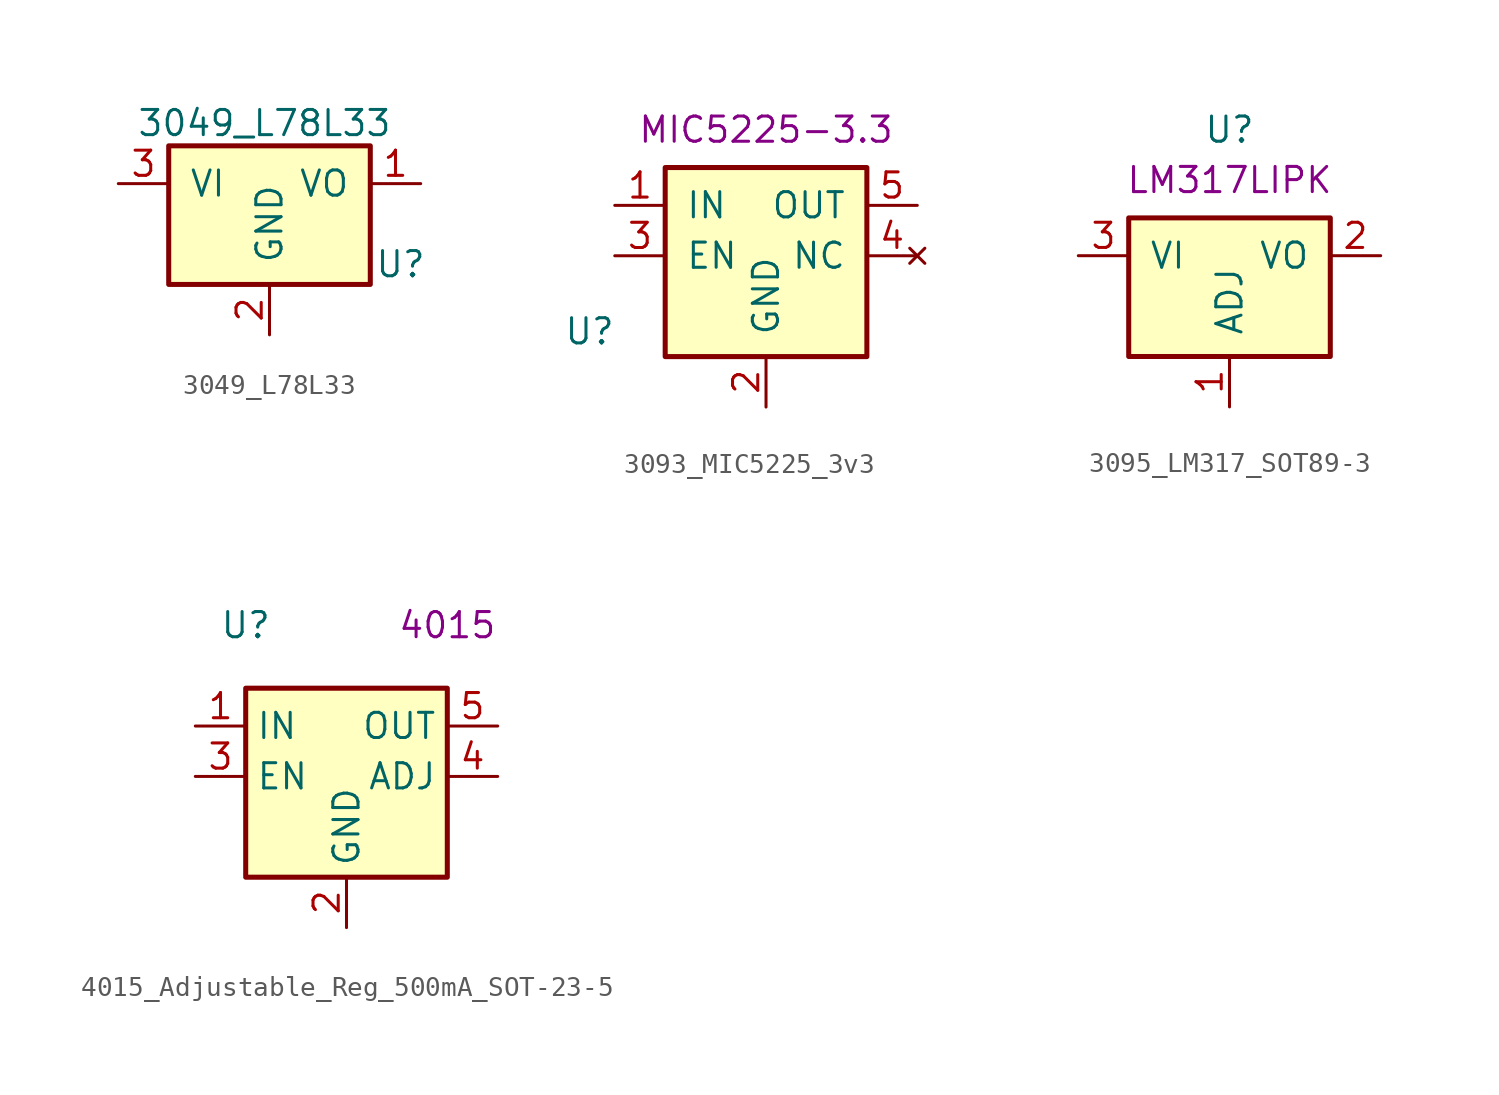
<source format=kicad_sym>
(kicad_symbol_lib
  (version 20211014)
  (generator kicad_symbol_editor)
  (symbol "3049_L78L33"
    (pin_names
      (offset 1.016))
    (property "Reference" "U"
      (at 6.604 -4.064 0)
      (effects (font (size 1.27 1.27))))
    (property "Value" "3049_L78L33"
      (at -0.254 3.048 0)
      (effects (font (size 1.27 1.27))))
    (symbol "3049_L78L33_1_1"
      (rectangle (start -5.08 -5.08) (end 5.08 1.905) (stroke (width 0.254) (type default) (color 0 0 0 0)) (fill (type background)))
      (pin power_out line (at 7.62 0 180) (length 2.54) (name "VO" (effects (font (size 1.27 1.27)))) (number "1" (effects (font (size 1.27 1.27)))))
      (pin power_in line (at 0 -7.62 90) (length 2.54) (name "GND" (effects (font (size 1.27 1.27)))) (number "2" (effects (font (size 1.27 1.27)))))
      (pin power_in line (at -7.62 0 0) (length 2.54) (name "VI" (effects (font (size 1.27 1.27)))) (number "3" (effects (font (size 1.27 1.27)))))))
  (symbol "3093_MIC5225_3v3"
    (pin_names
      (offset 1.016))
    (property "Reference" "U"
      (at -8.89 -3.81 0)
      (effects (font (size 1.27 1.27))))
    (property "Val" "MIC5225-3.3"
      (at 0 6.35 0)
      (effects (font (size 1.27 1.27))))
    (symbol "3093_MIC5225_3v3_1_1"
      (rectangle (start -5.08 4.445) (end 5.08 -5.08) (stroke (width 0.254) (type default) (color 0 0 0 0)) (fill (type background)))
      (pin power_in line (at -7.62 2.54 0) (length 2.54) (name "IN" (effects (font (size 1.27 1.27)))) (number "1" (effects (font (size 1.27 1.27)))))
      (pin power_in line (at 0 -7.62 90) (length 2.54) (name "GND" (effects (font (size 1.27 1.27)))) (number "2" (effects (font (size 1.27 1.27)))))
      (pin input line (at -7.62 0 0) (length 2.54) (name "EN" (effects (font (size 1.27 1.27)))) (number "3" (effects (font (size 1.27 1.27)))))
      (pin no_connect line (at 7.62 0 180) (length 2.54) (name "NC" (effects (font (size 1.27 1.27)))) (number "4" (effects (font (size 1.27 1.27)))))
      (pin power_out line (at 7.62 2.54 180) (length 2.54) (name "OUT" (effects (font (size 1.27 1.27)))) (number "5" (effects (font (size 1.27 1.27)))))))
  (symbol "3095_LM317_SOT89-3"
    (pin_names
      (offset 1.016))
    (property "Reference" "U"
      (at 0 6.35 0)
      (effects (font (size 1.27 1.27))))
    (property "Val" "LM317LIPK"
      (at 0 3.81 0)
      (effects (font (size 1.27 1.27))))
    (symbol "3095_LM317_SOT89-3_1_1"
      (rectangle (start -5.08 1.905) (end 5.08 -5.08) (stroke (width 0.254) (type default) (color 0 0 0 0)) (fill (type background)))
      (pin input line (at 0 -7.62 90) (length 2.54) (name "ADJ" (effects (font (size 1.27 1.27)))) (number "1" (effects (font (size 1.27 1.27)))))
      (pin power_out line (at 7.62 0 180) (length 2.54) (name "VO" (effects (font (size 1.27 1.27)))) (number "2" (effects (font (size 1.27 1.27)))))
      (pin power_in line (at -7.62 0 0) (length 2.54) (name "VI" (effects (font (size 1.27 1.27)))) (number "3" (effects (font (size 1.27 1.27)))))))
  (symbol "4015_Adjustable_Reg_500mA_SOT-23-5"
    (property "Reference" "U"
      (at -5.08 7.62 0)
      (effects (font (size 1.27 1.27))))
    (property "SPN" "4015"
      (at 5.08 7.62 0)
      (effects (font (size 1.27 1.27))))
    (symbol "4015_Adjustable_Reg_500mA_SOT-23-5_1_1"
      (rectangle (start -5.08 4.445) (end 5.08 -5.08) (stroke (width 0.254) (type default) (color 0 0 0 0)) (fill (type background)))
      (pin power_in line (at -7.62 2.54 0) (length 2.54) (name "IN" (effects (font (size 1.27 1.27)))) (number "1" (effects (font (size 1.27 1.27)))))
      (pin power_in line (at 0 -7.62 90) (length 2.54) (name "GND" (effects (font (size 1.27 1.27)))) (number "2" (effects (font (size 1.27 1.27)))))
      (pin input line (at -7.62 0 0) (length 2.54) (name "EN" (effects (font (size 1.27 1.27)))) (number "3" (effects (font (size 1.27 1.27)))))
      (pin passive line (at 7.62 0 180) (length 2.54) (name "ADJ" (effects (font (size 1.27 1.27)))) (number "4" (effects (font (size 1.27 1.27)))))
      (pin power_out line (at 7.62 2.54 180) (length 2.54) (name "OUT" (effects (font (size 1.27 1.27)))) (number "5" (effects (font (size 1.27 1.27))))))))
</source>
